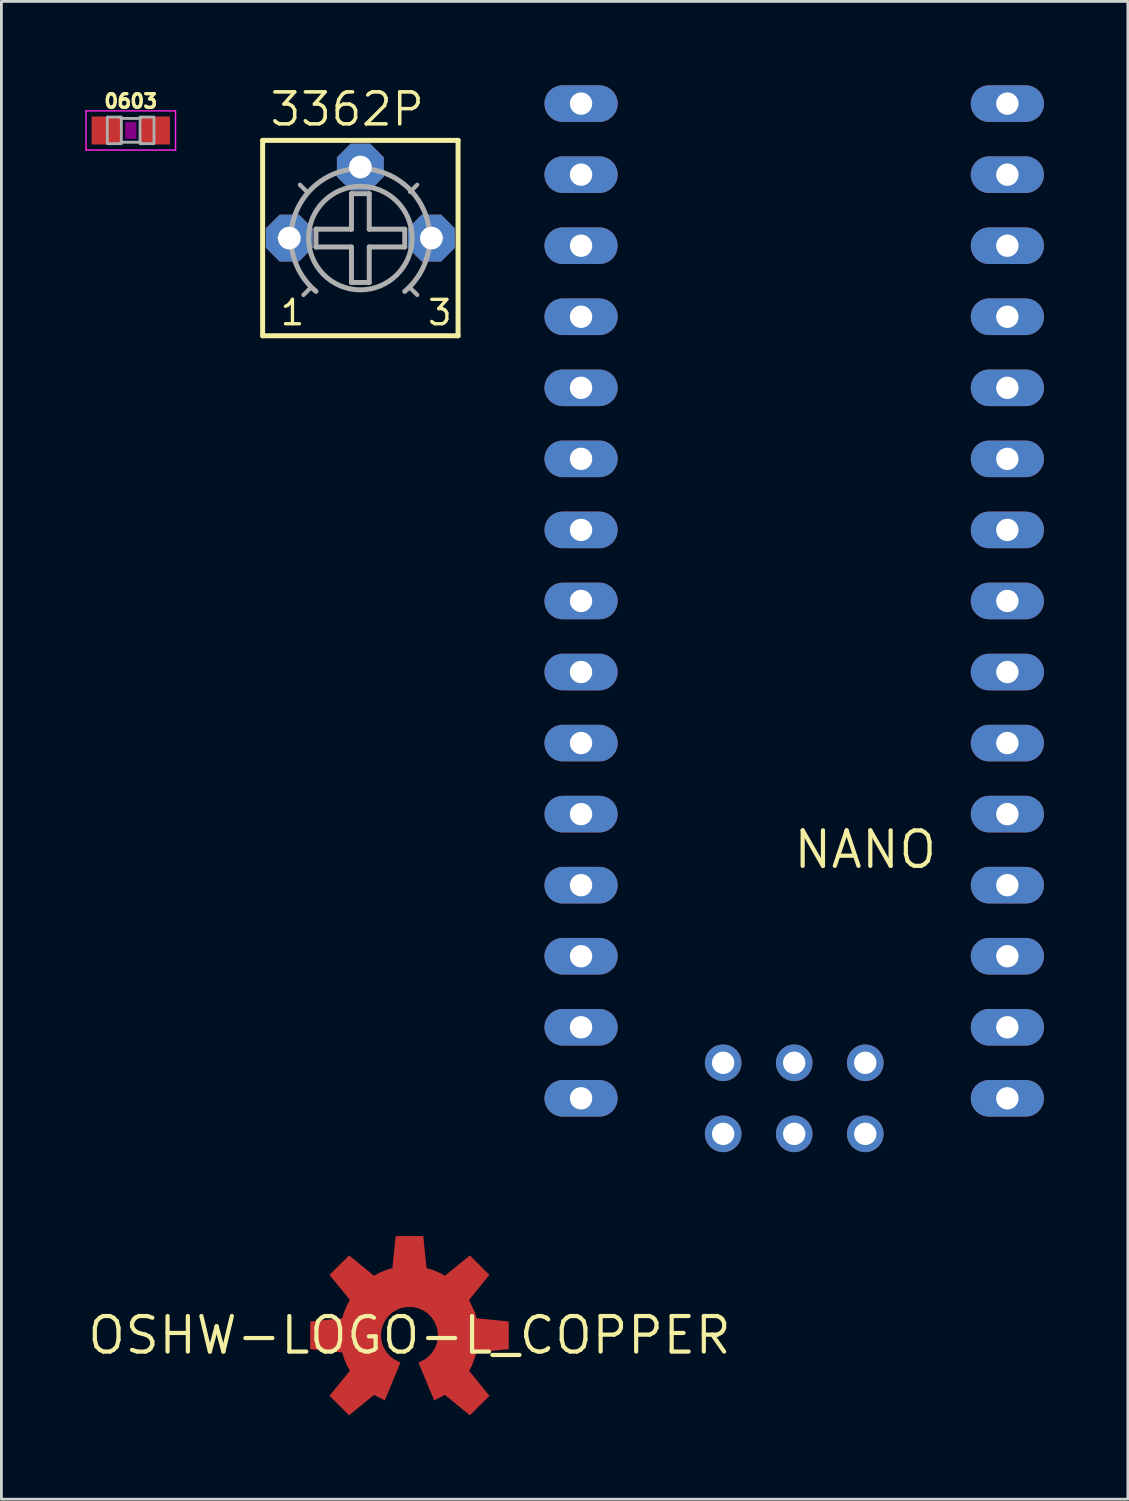
<source format=kicad_pcb>
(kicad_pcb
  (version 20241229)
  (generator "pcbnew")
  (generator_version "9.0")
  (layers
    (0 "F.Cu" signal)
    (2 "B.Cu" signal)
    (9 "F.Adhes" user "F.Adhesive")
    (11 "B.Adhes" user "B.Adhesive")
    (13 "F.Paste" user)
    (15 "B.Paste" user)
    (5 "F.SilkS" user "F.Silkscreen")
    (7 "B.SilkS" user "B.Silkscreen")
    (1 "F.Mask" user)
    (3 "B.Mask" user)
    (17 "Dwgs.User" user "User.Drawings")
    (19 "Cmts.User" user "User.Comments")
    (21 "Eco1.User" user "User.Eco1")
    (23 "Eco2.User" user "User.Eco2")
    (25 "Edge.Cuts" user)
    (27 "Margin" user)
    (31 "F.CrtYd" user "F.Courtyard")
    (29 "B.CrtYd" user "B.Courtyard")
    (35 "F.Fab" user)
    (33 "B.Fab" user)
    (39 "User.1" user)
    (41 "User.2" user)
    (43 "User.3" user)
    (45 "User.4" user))
  (footprint "0603"
    (layer "F.Cu")
    (at 1.625 1.615)
    (property "Reference" "0603" (at 0 -0.762 0) (unlocked yes) (layer "F.SilkS") (effects (font (size 0.488 0.488) (thickness 0.122)) (justify bottom)))
    (fp_poly (pts (xy -0.2 0.3) (xy 0.2 0.3) (xy 0.2 -0.3) (xy -0.2 -0.3)) (stroke (width 0) (type default)) (fill yes) (layer "F.Adhes"))
    (fp_line (start -1.6 -0.7) (end 1.6 -0.7) (stroke (width 0.051) (type solid)) (layer "F.CrtYd"))
    (fp_line (start -1.6 0.7) (end -1.6 -0.7) (stroke (width 0.051) (type solid)) (layer "F.CrtYd"))
    (fp_line (start 1.6 -0.7) (end 1.6 0.7) (stroke (width 0.051) (type solid)) (layer "F.CrtYd"))
    (fp_line (start 1.6 0.7) (end -1.6 0.7) (stroke (width 0.051) (type solid)) (layer "F.CrtYd"))
    (fp_line (start -0.356 -0.432) (end 0.356 -0.432) (stroke (width 0.102) (type solid)) (layer "F.Fab"))
    (fp_line (start -0.356 0.419) (end 0.356 0.419) (stroke (width 0.102) (type solid)) (layer "F.Fab"))
    (fp_poly (pts (xy -0.838 0.47) (xy -0.338 0.47) (xy -0.338 -0.48) (xy -0.838 -0.48)) (stroke (width 0.1) (type default)) (fill no) (layer "F.Fab"))
    (fp_poly (pts (xy 0.33 0.47) (xy 0.83 0.47) (xy 0.83 -0.48) (xy 0.33 -0.48)) (stroke (width 0.1) (type default)) (fill no) (layer "F.Fab"))
    (pad "1" smd rect (at -0.85 0) (size 1.1 1) (layers "F.Cu" "F.Mask" "F.Paste"))
    (pad "2" smd rect (at 0.85 0) (size 1.1 1) (layers "F.Cu" "F.Mask" "F.Paste")))
  (footprint "3362P"
    (layer "F.Cu")
    (at 9.832 5.461)
    (property "Reference" "3362P" (at -3.302 -3.937 0) (unlocked yes) (layer "F.SilkS") (effects (font (size 1.143 1.143) (thickness 0.127)) (justify left bottom)))
    (fp_line (start -3.493 -3.493) (end 3.493 -3.493) (stroke (width 0.178) (type solid)) (layer "F.SilkS"))
    (fp_line (start -3.493 3.493) (end -3.493 -3.493) (stroke (width 0.178) (type solid)) (layer "F.SilkS"))
    (fp_line (start 3.493 -3.493) (end 3.493 3.493) (stroke (width 0.178) (type solid)) (layer "F.SilkS"))
    (fp_line (start 3.493 3.493) (end -3.493 3.493) (stroke (width 0.178) (type solid)) (layer "F.SilkS"))
    (fp_line (start -2.515 0) (end -2.896 0) (stroke (width 0.152) (type solid)) (layer "F.Fab"))
    (fp_line (start -1.905 -1.651) (end -2.159 -1.905) (stroke (width 0.152) (type solid)) (layer "F.Fab"))
    (fp_line (start -1.778 1.778) (end -2.032 2.032) (stroke (width 0.152) (type solid)) (layer "F.Fab"))
    (fp_line (start -1.587 -0.318) (end -0.318 -0.318) (stroke (width 0.178) (type solid)) (layer "F.Fab"))
    (fp_line (start -1.587 0.318) (end -1.587 -0.318) (stroke (width 0.178) (type solid)) (layer "F.Fab"))
    (fp_line (start -0.318 -1.587) (end 0.318 -1.587) (stroke (width 0.178) (type solid)) (layer "F.Fab"))
    (fp_line (start -0.318 -0.318) (end -0.318 -1.587) (stroke (width 0.178) (type solid)) (layer "F.Fab"))
    (fp_line (start -0.318 0.318) (end -1.587 0.318) (stroke (width 0.178) (type solid)) (layer "F.Fab"))
    (fp_line (start -0.318 1.587) (end -0.318 0.318) (stroke (width 0.178) (type solid)) (layer "F.Fab"))
    (fp_line (start 0 -2.464) (end 0 -2.845) (stroke (width 0.152) (type solid)) (layer "F.Fab"))
    (fp_line (start 0.318 -1.587) (end 0.318 -0.318) (stroke (width 0.178) (type solid)) (layer "F.Fab"))
    (fp_line (start 0.318 -0.318) (end 1.587 -0.318) (stroke (width 0.178) (type solid)) (layer "F.Fab"))
    (fp_line (start 0.318 0.318) (end 0.318 1.587) (stroke (width 0.178) (type solid)) (layer "F.Fab"))
    (fp_line (start 0.318 1.587) (end -0.318 1.587) (stroke (width 0.178) (type solid)) (layer "F.Fab"))
    (fp_line (start 1.587 -0.318) (end 1.587 0.318) (stroke (width 0.178) (type solid)) (layer "F.Fab"))
    (fp_line (start 1.587 0.318) (end 0.318 0.318) (stroke (width 0.178) (type solid)) (layer "F.Fab"))
    (fp_line (start 1.778 -1.651) (end 2.032 -1.905) (stroke (width 0.152) (type solid)) (layer "F.Fab"))
    (fp_line (start 1.778 1.778) (end 2.032 2.032) (stroke (width 0.152) (type solid)) (layer "F.Fab"))
    (fp_line (start 2.515 0) (end 2.896 0) (stroke (width 0.152) (type solid)) (layer "F.Fab"))
    (fp_arc (start -1.5875 1.905) (mid 0 -2.479754) (end 1.5875 1.905) (stroke (width 0.1778) (type solid)) (layer "F.Fab"))
    (fp_circle (center 0 0) (end 1.851 0) (stroke (width 0.178) (type solid)) (fill no) (layer "F.Fab"))
    (fp_text user "1" (at -2.921 3.175 0) (unlocked yes) (layer "F.SilkS") (effects (font (size 0.872 0.872) (thickness 0.119)) (justify left bottom)))
    (fp_text user "3" (at 2.349 3.175 0) (unlocked yes) (layer "F.SilkS") (effects (font (size 0.872 0.872) (thickness 0.119)) (justify left bottom)))
    (pad "1" thru_hole roundrect (at -2.54 0) (size 1.676 1.676) (drill 0.813) (layers "*.Cu" "*.Mask") (roundrect_rratio 0.25) (chamfer_ratio 0.293) (chamfer top_left top_right bottom_left bottom_right))
    (pad "2" thru_hole roundrect (at 0 -2.54) (size 1.676 1.676) (drill 0.813) (layers "*.Cu" "*.Mask") (roundrect_rratio 0.25) (chamfer_ratio 0.293) (chamfer top_left top_right bottom_left bottom_right))
    (pad "3" thru_hole roundrect (at 2.54 0) (size 1.676 1.676) (drill 0.813) (layers "*.Cu" "*.Mask") (roundrect_rratio 0.25) (chamfer_ratio 0.293) (chamfer top_left top_right bottom_left bottom_right)))
  (footprint "OSHW-LOGO-L_COPPER"
    (layer "F.Cu")
    (at 11.588 44.687)
    (property "Reference" "OSHW-LOGO-L_COPPER" (at 0 0 0) (layer "F.SilkS") (effects (font (size 1.27 1.27) (thickness 0.15))))
    (fp_poly (pts (xy 0.611 -2.403) (xy 0.821 -2.341) (xy 1.075 -2.237) (xy 1.267 -2.131) (xy 2.16 -2.859) (xy 2.859 -2.16) (xy 2.129 -1.265) (xy 2.341 -0.823) (xy 2.403 -0.611) (xy 3.549 -0.494) (xy 3.549 0.494) (xy 2.4 0.611) (xy 2.238 1.073) (xy 2.131 1.267) (xy 2.859 2.16) (xy 2.16 2.859) (xy 1.266 2.13) (xy 0.883 2.327) (xy 0.323 0.976) (xy 0.559 0.852) (xy 0.708 0.732) (xy 0.832 0.587) (xy 0.927 0.422) (xy 0.989 0.241) (xy 1.017 0.052) (xy 1.009 -0.139) (xy 0.965 -0.325) (xy 0.888 -0.499) (xy 0.779 -0.656) (xy 0.643 -0.79) (xy 0.484 -0.896) (xy 0.308 -0.971) (xy 0.121 -1.011) (xy -0.07 -1.016) (xy -0.258 -0.985) (xy -0.437 -0.92) (xy -0.601 -0.822) (xy -0.744 -0.695) (xy -0.861 -0.544) (xy -0.947 -0.374) (xy -1.001 -0.19) (xy -1.018 -0.000157) (xy -0.999 0.199) (xy -0.941 0.39) (xy -0.847 0.566) (xy -0.72 0.72) (xy -0.566 0.847) (xy -0.323 0.976) (xy -0.883 2.327) (xy -1.266 2.13) (xy -2.16 2.859) (xy -2.859 2.16) (xy -2.131 1.267) (xy -2.237 1.075) (xy -2.341 0.821) (xy -2.403 0.611) (xy -3.549 0.494) (xy -3.549 -0.494) (xy -2.403 -0.611) (xy -2.341 -0.821) (xy -2.237 -1.075) (xy -2.131 -1.267) (xy -2.859 -2.16) (xy -2.16 -2.859) (xy -1.267 -2.131) (xy -1.075 -2.237) (xy -0.821 -2.341) (xy -0.611 -2.403) (xy -0.494 -3.549) (xy 0.494 -3.549)) (stroke (width 0) (type default)) (fill yes) (layer "F.Cu")))
  (footprint "NANO"
    (layer "F.Cu")
    (at 27.882 27.324)
    (property "Reference" "NANO" (at 0 0 0) (layer "F.SilkS") (effects (font (size 1.27 1.27) (thickness 0.15))))
    (pad "3.3V" thru_hole oval (at -10.16 -24.13 180) (size 2.616 1.308) (drill 0.8) (layers "*.Cu" "*.Mask"))
    (pad "5V" thru_hole oval (at -10.16 1.27) (size 2.616 1.308) (drill 0.8) (layers "*.Cu" "*.Mask"))
    (pad "A0" thru_hole oval (at -10.16 -19.05) (size 2.616 1.308) (drill 0.8) (layers "*.Cu" "*.Mask"))
    (pad "A1" thru_hole oval (at -10.16 -16.51) (size 2.616 1.308) (drill 0.8) (layers "*.Cu" "*.Mask"))
    (pad "A2" thru_hole oval (at -10.16 -13.97) (size 2.616 1.308) (drill 0.8) (layers "*.Cu" "*.Mask"))
    (pad "A3" thru_hole oval (at -10.16 -11.43) (size 2.616 1.308) (drill 0.8) (layers "*.Cu" "*.Mask"))
    (pad "A4" thru_hole oval (at -10.16 -8.89 180) (size 2.616 1.308) (drill 0.8) (layers "*.Cu" "*.Mask"))
    (pad "A5" thru_hole oval (at -10.16 -6.35 180) (size 2.616 1.308) (drill 0.8) (layers "*.Cu" "*.Mask"))
    (pad "A6" thru_hole oval (at -10.16 -3.81 180) (size 2.616 1.308) (drill 0.8) (layers "*.Cu" "*.Mask"))
    (pad "A7" thru_hole oval (at -10.16 -1.27 180) (size 2.616 1.308) (drill 0.8) (layers "*.Cu" "*.Mask"))
    (pad "AREF" thru_hole oval (at -10.16 -21.59 180) (size 2.616 1.308) (drill 0.8) (layers "*.Cu" "*.Mask"))
    (pad "D2" thru_hole oval (at 5.08 -1.27) (size 2.616 1.308) (drill 0.8) (layers "*.Cu" "*.Mask"))
    (pad "D3" thru_hole oval (at 5.08 -3.81) (size 2.616 1.308) (drill 0.8) (layers "*.Cu" "*.Mask"))
    (pad "D4" thru_hole oval (at 5.08 -6.35) (size 2.616 1.308) (drill 0.8) (layers "*.Cu" "*.Mask"))
    (pad "D5" thru_hole oval (at 5.08 -8.89) (size 2.616 1.308) (drill 0.8) (layers "*.Cu" "*.Mask"))
    (pad "D6" thru_hole oval (at 5.08 -11.43) (size 2.616 1.308) (drill 0.8) (layers "*.Cu" "*.Mask"))
    (pad "D7" thru_hole oval (at 5.08 -13.97) (size 2.616 1.308) (drill 0.8) (layers "*.Cu" "*.Mask"))
    (pad "D8" thru_hole oval (at 5.08 -16.51) (size 2.616 1.308) (drill 0.8) (layers "*.Cu" "*.Mask"))
    (pad "D9" thru_hole oval (at 5.08 -19.05) (size 2.616 1.308) (drill 0.8) (layers "*.Cu" "*.Mask"))
    (pad "D10" thru_hole oval (at 5.08 -21.59) (size 2.616 1.308) (drill 0.8) (layers "*.Cu" "*.Mask"))
    (pad "D11" thru_hole oval (at 5.08 -24.13) (size 2.616 1.308) (drill 0.8) (layers "*.Cu" "*.Mask"))
    (pad "D12" thru_hole oval (at 5.08 -26.67) (size 2.616 1.308) (drill 0.8) (layers "*.Cu" "*.Mask"))
    (pad "D13" thru_hole oval (at -10.16 -26.67) (size 2.616 1.308) (drill 0.8) (layers "*.Cu" "*.Mask"))
    (pad "GND" thru_hole oval (at -10.16 6.35) (size 2.616 1.308) (drill 0.8) (layers "*.Cu" "*.Mask"))
    (pad "GND1" thru_hole oval (at 5.08 1.27) (size 2.616 1.308) (drill 0.8) (layers "*.Cu" "*.Mask"))
    (pad "ICSP1" thru_hole circle (at -5.08 10.16 90) (size 1.308 1.308) (drill 0.8) (layers "*.Cu" "*.Mask"))
    (pad "ICSP2" thru_hole circle (at -5.08 7.62 90) (size 1.308 1.308) (drill 0.8) (layers "*.Cu" "*.Mask"))
    (pad "ICSP3" thru_hole circle (at -2.54 10.16 90) (size 1.308 1.308) (drill 0.8) (layers "*.Cu" "*.Mask"))
    (pad "ICSP4" thru_hole circle (at -2.54 7.62 90) (size 1.308 1.308) (drill 0.8) (layers "*.Cu" "*.Mask"))
    (pad "ICSP5" thru_hole circle (at 0 10.16 90) (size 1.308 1.308) (drill 0.8) (layers "*.Cu" "*.Mask"))
    (pad "ICSP6" thru_hole circle (at 0 7.62 90) (size 1.308 1.308) (drill 0.8) (layers "*.Cu" "*.Mask"))
    (pad "RAW" thru_hole oval (at -10.16 8.89) (size 2.616 1.308) (drill 0.8) (layers "*.Cu" "*.Mask"))
    (pad "RST" thru_hole oval (at -10.16 3.81) (size 2.616 1.308) (drill 0.8) (layers "*.Cu" "*.Mask"))
    (pad "RST1" thru_hole oval (at 5.08 3.81) (size 2.616 1.308) (drill 0.8) (layers "*.Cu" "*.Mask"))
    (pad "RX1" thru_hole oval (at 5.08 6.35) (size 2.616 1.308) (drill 0.8) (layers "*.Cu" "*.Mask"))
    (pad "TX0" thru_hole oval (at 5.08 8.89) (size 2.616 1.308) (drill 0.8) (layers "*.Cu" "*.Mask")))
  (gr_rect
    (start -3 -3)
    (end 37.27 50.546)
    (stroke (width 0.1) (type default))
    (fill no)
    (layer "Edge.Cuts")))
</source>
